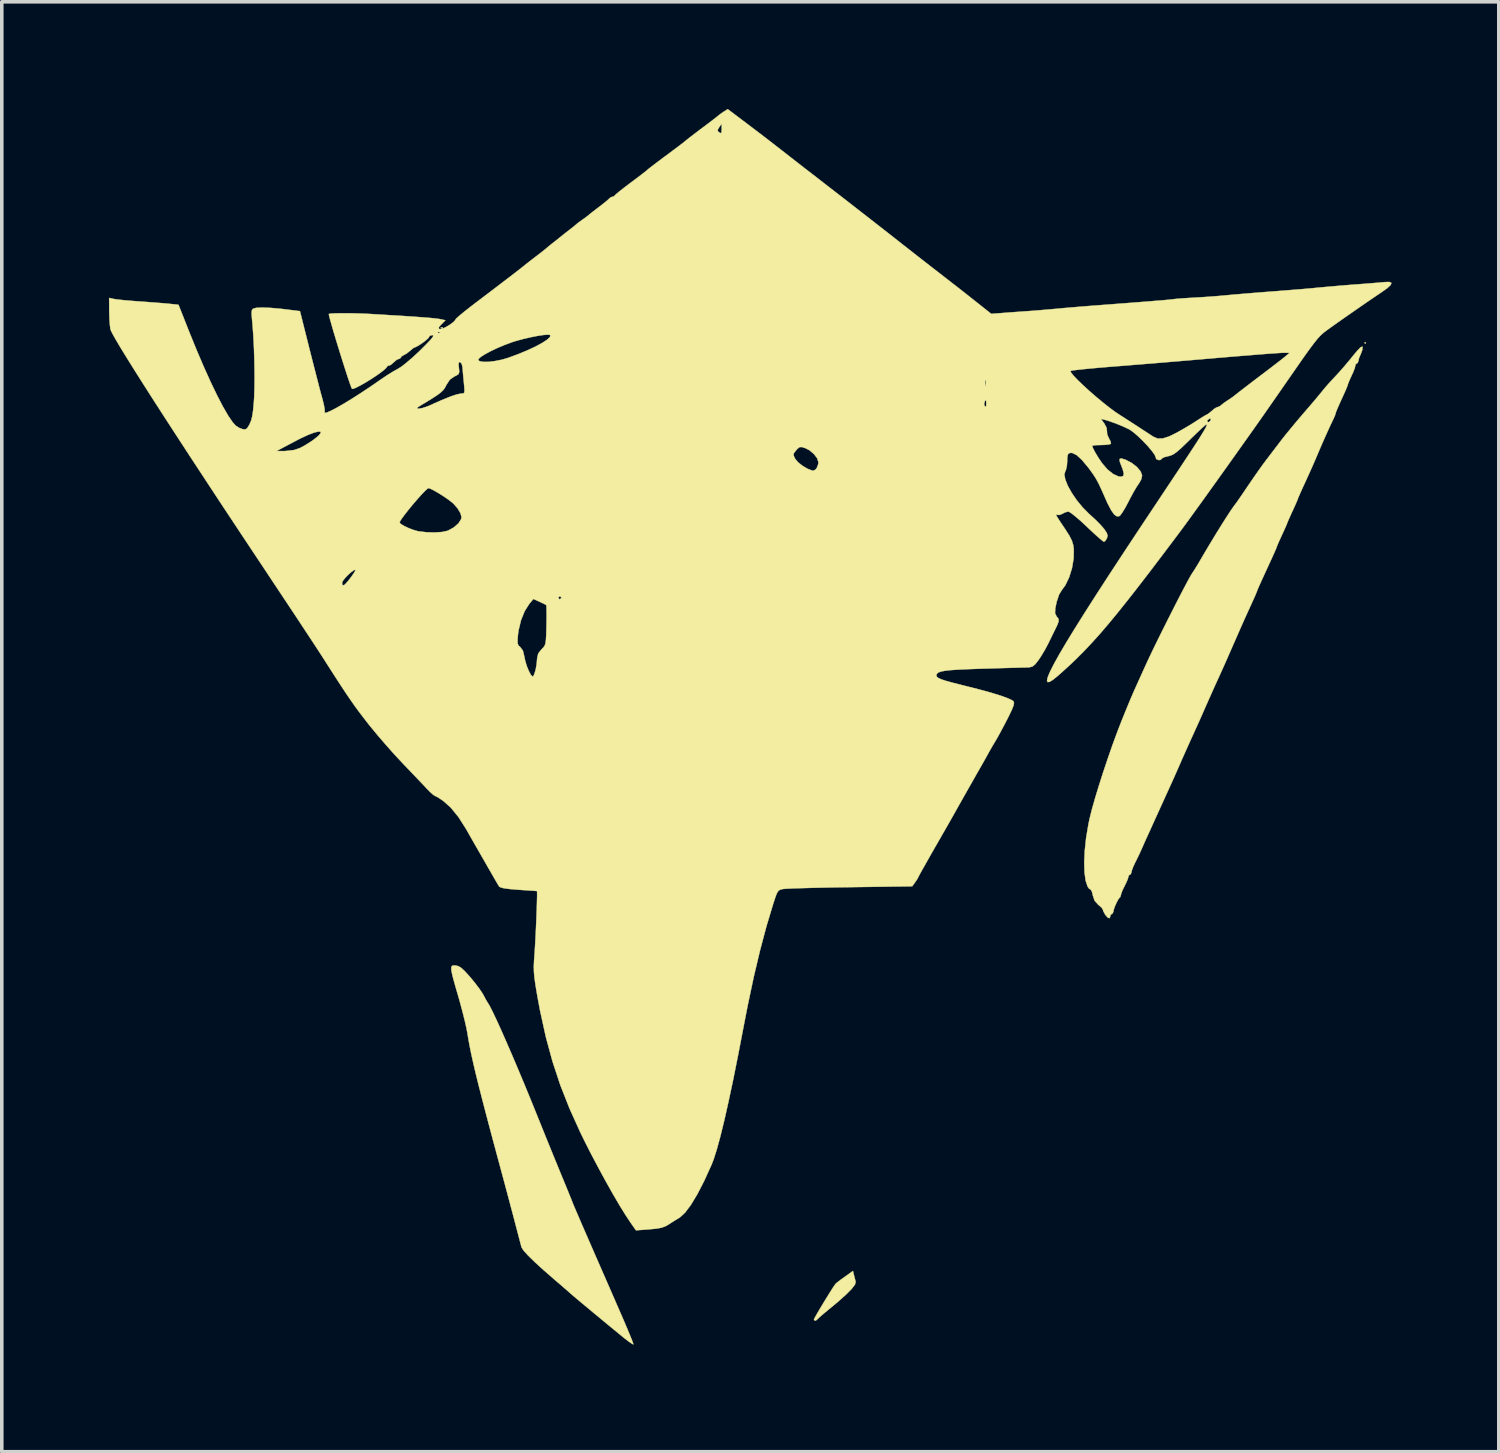
<source format=kicad_pcb>
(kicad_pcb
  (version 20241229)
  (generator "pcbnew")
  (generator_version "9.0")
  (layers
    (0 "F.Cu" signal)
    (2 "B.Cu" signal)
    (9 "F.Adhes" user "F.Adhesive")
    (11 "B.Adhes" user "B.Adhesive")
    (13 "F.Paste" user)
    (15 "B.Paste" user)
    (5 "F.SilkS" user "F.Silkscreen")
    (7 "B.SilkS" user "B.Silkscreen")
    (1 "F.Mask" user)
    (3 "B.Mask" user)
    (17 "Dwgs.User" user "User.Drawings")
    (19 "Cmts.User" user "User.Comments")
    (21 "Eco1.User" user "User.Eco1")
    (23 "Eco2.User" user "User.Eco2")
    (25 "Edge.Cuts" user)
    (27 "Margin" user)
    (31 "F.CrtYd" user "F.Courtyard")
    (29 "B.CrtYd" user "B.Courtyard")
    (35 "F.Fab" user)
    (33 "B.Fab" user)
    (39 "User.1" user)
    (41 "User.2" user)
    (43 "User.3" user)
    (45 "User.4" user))
  (footprint "F.Silk_g839"
    (layer "F.Cu")
    (at 17.446 18.592)
    (property "Reference" "F.Silk_g839" (at 0 0 0) (layer "F.SilkS") (effects (font (size 1.524 1.524) (thickness 0.3))))
    (attr through_hole)
    (fp_poly (pts (xy 17.738 -12.044) (xy 17.716 -12.023) (xy 17.695 -12.044) (xy 17.716 -12.065) (xy 17.738 -12.044)) (stroke (width 0.01) (type solid)) (fill yes) (layer "F.SilkS"))
    (fp_poly (pts (xy -8.1 -12.474) (xy -8.106 -12.449) (xy -8.128 -12.446) (xy -8.163 -12.461) (xy -8.156 -12.474) (xy -8.106 -12.479) (xy -8.1 -12.474)) (stroke (width 0.01) (type solid)) (fill yes) (layer "F.SilkS"))
    (fp_poly (pts (xy 3.406 14.047) (xy 3.435 14.161) (xy 3.455 14.235) (xy 3.436 14.313) (xy 3.344 14.434) (xy 3.18 14.599) (xy 2.945 14.808) (xy 2.731 14.985) (xy 2.588 15.103) (xy 2.472 15.202) (xy 2.397 15.27) (xy 2.378 15.292) (xy 2.337 15.323) (xy 2.293 15.313) (xy 2.286 15.295) (xy 2.307 15.248) (xy 2.363 15.147) (xy 2.445 15.007) (xy 2.542 14.845) (xy 2.644 14.678) (xy 2.741 14.522) (xy 2.823 14.393) (xy 2.881 14.309) (xy 2.898 14.287) (xy 2.954 14.241) (xy 3.056 14.164) (xy 3.161 14.089) (xy 3.379 13.933) (xy 3.406 14.047)) (stroke (width 0.01) (type solid)) (fill yes) (layer "F.SilkS"))
    (fp_poly (pts (xy -7.738 5.384) (xy -7.662 5.403) (xy -7.581 5.453) (xy -7.482 5.546) (xy -7.349 5.693) (xy -7.325 5.72) (xy -7.196 5.878) (xy -7.079 6.033) (xy -6.993 6.16) (xy -6.966 6.207) (xy -6.905 6.322) (xy -6.854 6.41) (xy -6.843 6.426) (xy -6.787 6.519) (xy -6.704 6.683) (xy -6.596 6.91) (xy -6.467 7.194) (xy -6.321 7.525) (xy -6.16 7.897) (xy -5.988 8.302) (xy -5.808 8.732) (xy -5.624 9.18) (xy -5.464 9.575) (xy -5.336 9.893) (xy -5.199 10.232) (xy -5.061 10.571) (xy -4.933 10.884) (xy -4.825 11.147) (xy -4.805 11.197) (xy -4.708 11.431) (xy -4.619 11.648) (xy -4.544 11.832) (xy -4.49 11.966) (xy -4.468 12.023) (xy -4.452 12.063) (xy -4.428 12.12) (xy -4.394 12.201) (xy -4.347 12.31) (xy -4.286 12.452) (xy -4.208 12.633) (xy -4.11 12.858) (xy -3.991 13.132) (xy -3.848 13.46) (xy -3.679 13.847) (xy -3.481 14.299) (xy -3.253 14.822) (xy -3.137 15.088) (xy -3.027 15.341) (xy -2.931 15.568) (xy -2.853 15.756) (xy -2.797 15.896) (xy -2.769 15.975) (xy -2.766 15.989) (xy -2.805 15.972) (xy -2.891 15.913) (xy -3.008 15.824) (xy -3.032 15.805) (xy -3.14 15.717) (xy -3.288 15.595) (xy -3.464 15.451) (xy -3.656 15.292) (xy -3.854 15.128) (xy -4.045 14.969) (xy -4.219 14.824) (xy -4.365 14.702) (xy -4.471 14.612) (xy -4.525 14.565) (xy -4.53 14.561) (xy -4.568 14.527) (xy -4.658 14.448) (xy -4.787 14.336) (xy -4.943 14.203) (xy -4.974 14.176) (xy -5.277 13.912) (xy -5.523 13.688) (xy -5.71 13.505) (xy -5.835 13.368) (xy -5.895 13.278) (xy -5.898 13.269) (xy -5.917 13.2) (xy -5.952 13.066) (xy -6 12.884) (xy -6.056 12.672) (xy -6.076 12.594) (xy -6.128 12.394) (xy -6.199 12.129) (xy -6.281 11.818) (xy -6.372 11.478) (xy -6.467 11.126) (xy -6.56 10.78) (xy -6.562 10.774) (xy -6.726 10.164) (xy -6.868 9.628) (xy -6.99 9.161) (xy -7.094 8.754) (xy -7.181 8.403) (xy -7.252 8.099) (xy -7.31 7.836) (xy -7.356 7.607) (xy -7.392 7.407) (xy -7.408 7.303) (xy -7.438 7.145) (xy -7.487 6.928) (xy -7.55 6.676) (xy -7.621 6.411) (xy -7.666 6.252) (xy -7.75 5.963) (xy -7.811 5.745) (xy -7.849 5.588) (xy -7.865 5.483) (xy -7.861 5.42) (xy -7.836 5.389) (xy -7.792 5.381) (xy -7.738 5.384)) (stroke (width 0.01) (type solid)) (fill yes) (layer "F.SilkS"))
    (fp_poly (pts (xy 17.644 -11.93) (xy 17.635 -11.845) (xy 17.595 -11.736) (xy 17.592 -11.731) (xy 17.546 -11.624) (xy 17.526 -11.54) (xy 17.526 -11.538) (xy 17.504 -11.48) (xy 17.484 -11.472) (xy 17.446 -11.438) (xy 17.441 -11.409) (xy 17.424 -11.337) (xy 17.379 -11.22) (xy 17.335 -11.126) (xy 17.278 -11.001) (xy 17.24 -10.908) (xy 17.23 -10.874) (xy 17.213 -10.824) (xy 17.168 -10.716) (xy 17.102 -10.569) (xy 17.06 -10.477) (xy 16.987 -10.316) (xy 16.93 -10.184) (xy 16.896 -10.099) (xy 16.891 -10.079) (xy 16.874 -10.021) (xy 16.833 -9.927) (xy 16.831 -9.923) (xy 16.749 -9.751) (xy 16.648 -9.53) (xy 16.541 -9.291) (xy 16.443 -9.064) (xy 16.401 -8.965) (xy 16.327 -8.791) (xy 16.253 -8.621) (xy 16.169 -8.433) (xy 16.066 -8.206) (xy 15.975 -8.008) (xy 15.909 -7.862) (xy 15.859 -7.748) (xy 15.834 -7.686) (xy 15.833 -7.681) (xy 15.816 -7.637) (xy 15.772 -7.535) (xy 15.709 -7.395) (xy 15.684 -7.342) (xy 15.617 -7.194) (xy 15.565 -7.078) (xy 15.538 -7.013) (xy 15.536 -7.006) (xy 15.52 -6.964) (xy 15.476 -6.863) (xy 15.413 -6.724) (xy 15.388 -6.67) (xy 15.32 -6.522) (xy 15.269 -6.405) (xy 15.242 -6.339) (xy 15.24 -6.332) (xy 15.224 -6.288) (xy 15.18 -6.186) (xy 15.116 -6.045) (xy 15.088 -5.983) (xy 14.997 -5.785) (xy 14.901 -5.576) (xy 14.819 -5.397) (xy 14.813 -5.384) (xy 14.752 -5.249) (xy 14.708 -5.147) (xy 14.69 -5.1) (xy 14.69 -5.099) (xy 14.673 -5.055) (xy 14.631 -4.955) (xy 14.57 -4.821) (xy 14.568 -4.816) (xy 14.455 -4.567) (xy 14.363 -4.366) (xy 14.282 -4.184) (xy 14.198 -3.994) (xy 14.099 -3.768) (xy 14.043 -3.641) (xy 13.948 -3.424) (xy 13.856 -3.214) (xy 13.777 -3.035) (xy 13.72 -2.908) (xy 13.716 -2.9) (xy 13.644 -2.74) (xy 13.559 -2.553) (xy 13.504 -2.434) (xy 13.428 -2.263) (xy 13.337 -2.059) (xy 13.251 -1.865) (xy 13.25 -1.863) (xy 13.165 -1.669) (xy 13.074 -1.464) (xy 12.997 -1.293) (xy 12.996 -1.291) (xy 12.885 -1.047) (xy 12.799 -0.858) (xy 12.729 -0.702) (xy 12.665 -0.558) (xy 12.596 -0.403) (xy 12.531 -0.254) (xy 12.447 -0.063) (xy 12.375 0.099) (xy 12.305 0.255) (xy 12.226 0.429) (xy 12.128 0.644) (xy 12.065 0.783) (xy 11.985 0.959) (xy 11.901 1.143) (xy 11.853 1.249) (xy 11.783 1.403) (xy 11.699 1.59) (xy 11.632 1.736) (xy 11.558 1.899) (xy 11.489 2.055) (xy 11.443 2.159) (xy 11.383 2.289) (xy 11.308 2.442) (xy 11.277 2.503) (xy 11.219 2.629) (xy 11.182 2.732) (xy 11.176 2.768) (xy 11.155 2.827) (xy 11.134 2.836) (xy 11.095 2.87) (xy 11.091 2.894) (xy 11.072 2.961) (xy 11.024 3.073) (xy 10.986 3.15) (xy 10.925 3.273) (xy 10.887 3.371) (xy 10.88 3.407) (xy 10.86 3.469) (xy 10.848 3.478) (xy 10.809 3.526) (xy 10.757 3.622) (xy 10.707 3.736) (xy 10.674 3.836) (xy 10.668 3.875) (xy 10.645 3.93) (xy 10.626 3.937) (xy 10.588 3.971) (xy 10.583 4) (xy 10.564 4.058) (xy 10.514 4.046) (xy 10.445 3.967) (xy 10.44 3.96) (xy 10.39 3.871) (xy 10.372 3.814) (xy 10.34 3.765) (xy 10.263 3.696) (xy 10.248 3.686) (xy 10.143 3.57) (xy 10.096 3.429) (xy 10.07 3.323) (xy 10.04 3.264) (xy 10.031 3.26) (xy 9.984 3.227) (xy 9.947 3.173) (xy 9.892 3.008) (xy 9.86 2.775) (xy 9.852 2.488) (xy 9.868 2.161) (xy 9.906 1.806) (xy 9.968 1.437) (xy 10.003 1.27) (xy 10.065 1.02) (xy 10.153 0.71) (xy 10.261 0.355) (xy 10.383 -0.027) (xy 10.514 -0.417) (xy 10.647 -0.8) (xy 10.779 -1.157) (xy 10.888 -1.439) (xy 10.977 -1.66) (xy 11.05 -1.838) (xy 11.113 -1.991) (xy 11.173 -2.133) (xy 11.237 -2.281) (xy 11.313 -2.45) (xy 11.406 -2.656) (xy 11.523 -2.914) (xy 11.603 -3.09) (xy 11.688 -3.272) (xy 11.796 -3.498) (xy 11.922 -3.755) (xy 12.06 -4.033) (xy 12.204 -4.32) (xy 12.347 -4.603) (xy 12.484 -4.872) (xy 12.61 -5.115) (xy 12.718 -5.319) (xy 12.802 -5.475) (xy 12.856 -5.568) (xy 12.865 -5.582) (xy 12.934 -5.686) (xy 13.023 -5.83) (xy 13.096 -5.954) (xy 13.24 -6.2) (xy 13.393 -6.456) (xy 13.548 -6.711) (xy 13.697 -6.952) (xy 13.834 -7.167) (xy 13.949 -7.344) (xy 14.035 -7.468) (xy 14.075 -7.521) (xy 14.114 -7.573) (xy 14.189 -7.68) (xy 14.291 -7.829) (xy 14.41 -8.004) (xy 14.436 -8.042) (xy 14.574 -8.245) (xy 14.716 -8.449) (xy 14.845 -8.63) (xy 14.944 -8.763) (xy 15.064 -8.921) (xy 15.208 -9.109) (xy 15.347 -9.291) (xy 15.367 -9.318) (xy 15.485 -9.468) (xy 15.641 -9.658) (xy 15.813 -9.866) (xy 15.984 -10.066) (xy 16.002 -10.087) (xy 16.157 -10.267) (xy 16.303 -10.438) (xy 16.425 -10.584) (xy 16.509 -10.687) (xy 16.523 -10.705) (xy 16.614 -10.814) (xy 16.737 -10.954) (xy 16.866 -11.091) (xy 16.997 -11.233) (xy 17.152 -11.411) (xy 17.306 -11.595) (xy 17.36 -11.663) (xy 17.495 -11.825) (xy 17.585 -11.918) (xy 17.634 -11.943) (xy 17.644 -11.93)) (stroke (width 0.01) (type solid)) (fill yes) (layer "F.SilkS"))
    (fp_poly (pts (xy 0.392 -18.196) (xy 0.629 -18.016) (xy 0.896 -17.813) (xy 1.16 -17.609) (xy 1.389 -17.431) (xy 1.397 -17.425) (xy 1.59 -17.274) (xy 1.777 -17.128) (xy 1.94 -17.001) (xy 2.059 -16.909) (xy 2.079 -16.893) (xy 2.239 -16.771) (xy 2.442 -16.613) (xy 2.679 -16.429) (xy 2.94 -16.227) (xy 3.215 -16.014) (xy 3.492 -15.798) (xy 3.761 -15.589) (xy 4.012 -15.393) (xy 4.235 -15.219) (xy 4.419 -15.075) (xy 4.554 -14.969) (xy 4.614 -14.922) (xy 4.765 -14.803) (xy 4.968 -14.644) (xy 5.208 -14.456) (xy 5.47 -14.252) (xy 5.738 -14.044) (xy 5.998 -13.842) (xy 6.156 -13.719) (xy 6.293 -13.613) (xy 6.471 -13.474) (xy 6.666 -13.32) (xy 6.829 -13.191) (xy 7.25 -12.857) (xy 7.615 -12.885) (xy 7.837 -12.902) (xy 8.077 -12.919) (xy 8.286 -12.934) (xy 8.297 -12.934) (xy 8.484 -12.948) (xy 8.717 -12.968) (xy 8.957 -12.989) (xy 9.059 -12.998) (xy 9.284 -13.019) (xy 9.557 -13.042) (xy 9.842 -13.066) (xy 10.075 -13.084) (xy 10.574 -13.122) (xy 10.996 -13.154) (xy 11.346 -13.181) (xy 11.631 -13.203) (xy 11.859 -13.222) (xy 12.035 -13.236) (xy 12.166 -13.248) (xy 12.259 -13.257) (xy 12.32 -13.264) (xy 12.34 -13.267) (xy 12.433 -13.277) (xy 12.588 -13.289) (xy 12.782 -13.302) (xy 12.954 -13.312) (xy 13.204 -13.327) (xy 13.475 -13.346) (xy 13.726 -13.367) (xy 13.843 -13.378) (xy 14.015 -13.394) (xy 14.249 -13.414) (xy 14.525 -13.437) (xy 14.822 -13.461) (xy 15.113 -13.483) (xy 15.41 -13.506) (xy 15.71 -13.53) (xy 15.991 -13.553) (xy 16.231 -13.574) (xy 16.404 -13.591) (xy 16.612 -13.61) (xy 16.873 -13.633) (xy 17.154 -13.657) (xy 17.422 -13.678) (xy 17.441 -13.679) (xy 17.68 -13.697) (xy 17.906 -13.715) (xy 18.098 -13.731) (xy 18.233 -13.743) (xy 18.256 -13.746) (xy 18.391 -13.75) (xy 18.45 -13.724) (xy 18.433 -13.669) (xy 18.34 -13.581) (xy 18.192 -13.475) (xy 17.929 -13.297) (xy 17.639 -13.098) (xy 17.344 -12.893) (xy 17.064 -12.698) (xy 16.822 -12.527) (xy 16.712 -12.448) (xy 16.638 -12.394) (xy 16.574 -12.346) (xy 16.515 -12.297) (xy 16.455 -12.24) (xy 16.39 -12.169) (xy 16.315 -12.077) (xy 16.224 -11.958) (xy 16.112 -11.806) (xy 15.975 -11.613) (xy 15.808 -11.373) (xy 15.604 -11.08) (xy 15.36 -10.728) (xy 15.222 -10.529) (xy 15.046 -10.276) (xy 14.838 -9.978) (xy 14.604 -9.646) (xy 14.352 -9.291) (xy 14.089 -8.921) (xy 13.823 -8.547) (xy 13.56 -8.179) (xy 13.308 -7.827) (xy 13.073 -7.5) (xy 12.863 -7.21) (xy 12.686 -6.966) (xy 12.547 -6.778) (xy 12.512 -6.731) (xy 12.087 -6.166) (xy 11.706 -5.664) (xy 11.364 -5.219) (xy 11.056 -4.826) (xy 10.777 -4.477) (xy 10.522 -4.169) (xy 10.286 -3.893) (xy 10.063 -3.646) (xy 9.85 -3.42) (xy 9.64 -3.209) (xy 9.43 -3.009) (xy 9.213 -2.812) (xy 9.113 -2.724) (xy 8.979 -2.616) (xy 8.884 -2.557) (xy 8.827 -2.549) (xy 8.81 -2.594) (xy 8.833 -2.692) (xy 8.897 -2.845) (xy 9.003 -3.054) (xy 9.151 -3.321) (xy 9.343 -3.647) (xy 9.579 -4.033) (xy 9.859 -4.48) (xy 10.185 -4.99) (xy 10.557 -5.564) (xy 10.976 -6.203) (xy 11.443 -6.909) (xy 11.874 -7.556) (xy 12.172 -8.004) (xy 12.427 -8.387) (xy 12.64 -8.709) (xy 12.817 -8.977) (xy 12.959 -9.195) (xy 13.071 -9.368) (xy 13.155 -9.503) (xy 13.215 -9.603) (xy 13.255 -9.674) (xy 13.276 -9.721) (xy 13.283 -9.749) (xy 13.279 -9.764) (xy 13.278 -9.765) (xy 13.244 -9.744) (xy 13.162 -9.673) (xy 13.044 -9.563) (xy 12.902 -9.426) (xy 12.886 -9.41) (xy 12.695 -9.223) (xy 12.552 -9.087) (xy 12.444 -8.994) (xy 12.36 -8.933) (xy 12.286 -8.897) (xy 12.213 -8.875) (xy 12.173 -8.866) (xy 12.075 -8.839) (xy 12.024 -8.806) (xy 12.023 -8.801) (xy 11.987 -8.77) (xy 11.938 -8.763) (xy 11.867 -8.793) (xy 11.853 -8.841) (xy 11.824 -8.913) (xy 11.744 -9.023) (xy 11.63 -9.158) (xy 11.495 -9.3) (xy 11.355 -9.435) (xy 11.224 -9.548) (xy 11.117 -9.622) (xy 11.113 -9.624) (xy 10.94 -9.706) (xy 10.734 -9.79) (xy 10.535 -9.86) (xy 10.419 -9.894) (xy 10.318 -9.918) (xy 10.414 -9.788) (xy 10.476 -9.673) (xy 10.489 -9.577) (xy 10.488 -9.574) (xy 10.495 -9.482) (xy 10.542 -9.375) (xy 10.544 -9.373) (xy 10.591 -9.283) (xy 10.601 -9.224) (xy 10.6 -9.221) (xy 10.549 -9.202) (xy 10.44 -9.19) (xy 10.327 -9.186) (xy 10.194 -9.183) (xy 10.102 -9.174) (xy 10.075 -9.163) (xy 10.098 -9.096) (xy 10.157 -8.982) (xy 10.241 -8.842) (xy 10.337 -8.699) (xy 10.358 -8.67) (xy 10.504 -8.501) (xy 10.661 -8.376) (xy 10.809 -8.307) (xy 10.874 -8.297) (xy 10.942 -8.317) (xy 10.961 -8.384) (xy 10.929 -8.506) (xy 10.901 -8.579) (xy 10.848 -8.719) (xy 10.841 -8.793) (xy 10.884 -8.811) (xy 10.983 -8.783) (xy 11.013 -8.772) (xy 11.182 -8.684) (xy 11.327 -8.571) (xy 11.43 -8.448) (xy 11.472 -8.335) (xy 11.472 -8.327) (xy 11.446 -8.22) (xy 11.382 -8.107) (xy 11.376 -8.099) (xy 11.315 -8.009) (xy 11.231 -7.866) (xy 11.139 -7.695) (xy 11.095 -7.608) (xy 11.008 -7.444) (xy 10.926 -7.308) (xy 10.862 -7.219) (xy 10.837 -7.196) (xy 10.767 -7.188) (xy 10.691 -7.241) (xy 10.606 -7.361) (xy 10.506 -7.553) (xy 10.438 -7.705) (xy 10.337 -7.933) (xy 10.256 -8.105) (xy 10.182 -8.243) (xy 10.102 -8.368) (xy 10.005 -8.502) (xy 9.962 -8.559) (xy 9.787 -8.769) (xy 9.641 -8.903) (xy 9.52 -8.963) (xy 9.464 -8.966) (xy 9.412 -8.947) (xy 9.385 -8.894) (xy 9.376 -8.785) (xy 9.376 -8.737) (xy 9.366 -8.599) (xy 9.341 -8.492) (xy 9.324 -8.458) (xy 9.296 -8.362) (xy 9.322 -8.22) (xy 9.393 -8.044) (xy 9.502 -7.847) (xy 9.642 -7.642) (xy 9.806 -7.442) (xy 9.987 -7.259) (xy 10.028 -7.222) (xy 10.171 -7.091) (xy 10.305 -6.956) (xy 10.403 -6.844) (xy 10.412 -6.833) (xy 10.484 -6.724) (xy 10.506 -6.647) (xy 10.487 -6.575) (xy 10.44 -6.501) (xy 10.404 -6.477) (xy 10.362 -6.505) (xy 10.27 -6.582) (xy 10.142 -6.696) (xy 9.989 -6.839) (xy 9.925 -6.9) (xy 9.762 -7.052) (xy 9.615 -7.179) (xy 9.498 -7.272) (xy 9.422 -7.32) (xy 9.407 -7.324) (xy 9.311 -7.299) (xy 9.249 -7.265) (xy 9.162 -7.228) (xy 9.107 -7.23) (xy 9.078 -7.239) (xy 9.067 -7.232) (xy 9.08 -7.198) (xy 9.123 -7.127) (xy 9.201 -7.007) (xy 9.321 -6.829) (xy 9.329 -6.816) (xy 9.44 -6.641) (xy 9.508 -6.505) (xy 9.545 -6.382) (xy 9.56 -6.272) (xy 9.556 -6.013) (xy 9.51 -5.74) (xy 9.429 -5.479) (xy 9.321 -5.256) (xy 9.229 -5.132) (xy 9.149 -5.001) (xy 9.081 -4.799) (xy 9.041 -4.608) (xy 9.036 -4.473) (xy 9.079 -4.389) (xy 9.129 -4.326) (xy 9.138 -4.259) (xy 9.105 -4.162) (xy 9.064 -4.076) (xy 9.003 -3.953) (xy 8.924 -3.791) (xy 8.851 -3.641) (xy 8.758 -3.464) (xy 8.651 -3.284) (xy 8.571 -3.164) (xy 8.479 -3.048) (xy 8.405 -2.987) (xy 8.322 -2.964) (xy 8.265 -2.961) (xy 8.18 -2.959) (xy 8.024 -2.955) (xy 7.81 -2.949) (xy 7.551 -2.942) (xy 7.261 -2.933) (xy 7.006 -2.926) (xy 6.636 -2.913) (xy 6.342 -2.9) (xy 6.115 -2.885) (xy 5.949 -2.866) (xy 5.834 -2.843) (xy 5.762 -2.814) (xy 5.725 -2.778) (xy 5.715 -2.734) (xy 5.727 -2.699) (xy 5.768 -2.665) (xy 5.848 -2.628) (xy 5.978 -2.585) (xy 6.166 -2.533) (xy 6.424 -2.467) (xy 6.562 -2.433) (xy 6.938 -2.337) (xy 7.261 -2.248) (xy 7.522 -2.167) (xy 7.717 -2.096) (xy 7.839 -2.038) (xy 7.874 -2.011) (xy 7.887 -1.968) (xy 7.873 -1.893) (xy 7.826 -1.774) (xy 7.742 -1.599) (xy 7.7 -1.516) (xy 7.6 -1.323) (xy 7.502 -1.14) (xy 7.42 -0.991) (xy 7.375 -0.914) (xy 7.285 -0.764) (xy 7.194 -0.605) (xy 7.178 -0.575) (xy 7.093 -0.421) (xy 7.003 -0.261) (xy 6.987 -0.233) (xy 6.913 -0.104) (xy 6.811 0.074) (xy 6.693 0.284) (xy 6.567 0.505) (xy 6.447 0.718) (xy 6.342 0.904) (xy 6.264 1.043) (xy 6.244 1.079) (xy 6.195 1.166) (xy 6.112 1.312) (xy 6.002 1.505) (xy 5.872 1.732) (xy 5.732 1.977) (xy 5.678 2.07) (xy 5.542 2.308) (xy 5.422 2.521) (xy 5.322 2.697) (xy 5.25 2.827) (xy 5.212 2.899) (xy 5.207 2.911) (xy 5.185 2.954) (xy 5.131 3.036) (xy 5.123 3.048) (xy 5.038 3.166) (xy 3.313 3.19) (xy 2.932 3.195) (xy 2.573 3.202) (xy 2.245 3.209) (xy 1.959 3.217) (xy 1.723 3.224) (xy 1.549 3.232) (xy 1.446 3.239) (xy 1.429 3.241) (xy 1.356 3.256) (xy 1.304 3.283) (xy 1.262 3.336) (xy 1.221 3.432) (xy 1.169 3.588) (xy 1.146 3.659) (xy 0.958 4.283) (xy 0.778 4.96) (xy 0.603 5.697) (xy 0.432 6.505) (xy 0.318 7.091) (xy 0.168 7.87) (xy 0.029 8.566) (xy -0.101 9.178) (xy -0.22 9.707) (xy -0.329 10.153) (xy -0.428 10.517) (xy -0.517 10.799) (xy -0.581 10.964) (xy -0.786 11.414) (xy -0.979 11.788) (xy -1.157 12.083) (xy -1.319 12.299) (xy -1.466 12.435) (xy -1.499 12.455) (xy -1.594 12.512) (xy -1.719 12.591) (xy -1.768 12.624) (xy -1.873 12.684) (xy -1.986 12.724) (xy -2.134 12.75) (xy -2.317 12.767) (xy -2.694 12.796) (xy -2.84 12.589) (xy -2.982 12.375) (xy -3.153 12.099) (xy -3.343 11.774) (xy -3.545 11.415) (xy -3.751 11.036) (xy -3.954 10.652) (xy -4.144 10.276) (xy -4.257 10.045) (xy -4.556 9.383) (xy -4.812 8.733) (xy -5.029 8.076) (xy -5.216 7.39) (xy -5.378 6.653) (xy -5.458 6.223) (xy -5.504 5.949) (xy -5.535 5.736) (xy -5.551 5.562) (xy -5.554 5.406) (xy -5.547 5.244) (xy -5.543 5.186) (xy -5.53 5.01) (xy -5.517 4.795) (xy -5.504 4.553) (xy -5.492 4.298) (xy -5.481 4.046) (xy -5.472 3.809) (xy -5.466 3.602) (xy -5.462 3.439) (xy -5.462 3.333) (xy -5.466 3.299) (xy -5.512 3.296) (xy -5.626 3.287) (xy -5.789 3.276) (xy -5.985 3.263) (xy -6.232 3.242) (xy -6.401 3.219) (xy -6.498 3.191) (xy -6.526 3.17) (xy -6.558 3.117) (xy -6.625 3.003) (xy -6.718 2.841) (xy -6.832 2.644) (xy -6.957 2.425) (xy -7.088 2.197) (xy -7.217 1.973) (xy -7.335 1.765) (xy -7.436 1.587) (xy -7.449 1.564) (xy -7.661 1.231) (xy -7.878 0.964) (xy -8.086 0.779) (xy -8.198 0.702) (xy -8.286 0.65) (xy -8.319 0.638) (xy -8.367 0.607) (xy -8.453 0.531) (xy -8.549 0.434) (xy -8.642 0.334) (xy -8.78 0.189) (xy -8.947 0.014) (xy -9.129 -0.176) (xy -9.247 -0.3) (xy -9.463 -0.532) (xy -9.7 -0.799) (xy -9.936 -1.074) (xy -10.144 -1.326) (xy -10.198 -1.394) (xy -10.327 -1.561) (xy -10.445 -1.716) (xy -10.559 -1.871) (xy -10.675 -2.037) (xy -10.802 -2.222) (xy -10.946 -2.44) (xy -11.114 -2.699) (xy -11.315 -3.012) (xy -11.496 -3.295) (xy -11.564 -3.4) (xy -11.674 -3.568) (xy -11.769 -3.713) (xy -6.01 -3.713) (xy -6.004 -3.623) (xy -5.978 -3.568) (xy -5.935 -3.532) (xy -5.86 -3.431) (xy -5.821 -3.27) (xy -5.792 -3.133) (xy -5.747 -2.989) (xy -5.693 -2.857) (xy -5.639 -2.756) (xy -5.593 -2.706) (xy -5.574 -2.708) (xy -5.543 -2.768) (xy -5.509 -2.875) (xy -5.501 -2.905) (xy -5.475 -3.055) (xy -5.462 -3.2) (xy -5.462 -3.211) (xy -5.431 -3.35) (xy -5.337 -3.469) (xy -5.287 -3.518) (xy -5.252 -3.567) (xy -5.229 -3.631) (xy -5.215 -3.727) (xy -5.207 -3.871) (xy -5.201 -4.079) (xy -5.2 -4.139) (xy -5.197 -4.346) (xy -5.197 -4.52) (xy -5.2 -4.645) (xy -5.206 -4.705) (xy -5.208 -4.708) (xy -5.256 -4.733) (xy -5.352 -4.779) (xy -5.397 -4.8) (xy -5.566 -4.877) (xy -5.683 -4.736) (xy -5.81 -4.536) (xy -5.913 -4.28) (xy -5.981 -3.996) (xy -5.999 -3.864) (xy -6.01 -3.713) (xy -11.769 -3.713) (xy -11.821 -3.792) (xy -12.001 -4.065) (xy -12.208 -4.379) (xy -12.439 -4.727) (xy -12.561 -4.911) (xy -4.868 -4.911) (xy -4.836 -4.87) (xy -4.826 -4.868) (xy -4.785 -4.901) (xy -4.784 -4.911) (xy -4.816 -4.952) (xy -4.826 -4.953) (xy -4.867 -4.921) (xy -4.868 -4.911) (xy -12.561 -4.911) (xy -12.688 -5.102) (xy -12.839 -5.33) (xy -10.922 -5.33) (xy -10.908 -5.259) (xy -10.864 -5.265) (xy -10.822 -5.302) (xy -10.748 -5.387) (xy -10.668 -5.49) (xy -10.598 -5.591) (xy -10.553 -5.666) (xy -10.546 -5.692) (xy -10.59 -5.683) (xy -10.667 -5.627) (xy -10.759 -5.544) (xy -10.845 -5.453) (xy -10.905 -5.373) (xy -10.922 -5.33) (xy -12.839 -5.33) (xy -12.95 -5.497) (xy -13.22 -5.904) (xy -13.273 -5.983) (xy -13.769 -6.73) (xy -13.959 -7.018) (xy -9.312 -7.018) (xy -9.277 -6.976) (xy -9.184 -6.92) (xy -9.058 -6.86) (xy -8.921 -6.808) (xy -8.797 -6.773) (xy -8.784 -6.771) (xy -8.56 -6.744) (xy -8.331 -6.738) (xy -8.126 -6.751) (xy -7.972 -6.784) (xy -7.953 -6.791) (xy -7.792 -6.88) (xy -7.665 -6.992) (xy -7.59 -7.108) (xy -7.578 -7.168) (xy -7.608 -7.279) (xy -7.689 -7.414) (xy -7.801 -7.542) (xy -7.831 -7.569) (xy -7.94 -7.654) (xy -8.076 -7.748) (xy -8.22 -7.838) (xy -8.353 -7.915) (xy -8.456 -7.966) (xy -8.51 -7.979) (xy -8.511 -7.979) (xy -8.58 -7.92) (xy -8.683 -7.815) (xy -8.806 -7.678) (xy -8.939 -7.523) (xy -9.068 -7.366) (xy -9.181 -7.221) (xy -9.266 -7.104) (xy -9.309 -7.03) (xy -9.312 -7.018) (xy -13.959 -7.018) (xy -14.241 -7.443) (xy -14.687 -8.121) (xy -15.106 -8.76) (xy -15.197 -8.899) (xy 1.715 -8.899) (xy 1.751 -8.819) (xy 1.767 -8.791) (xy 1.847 -8.698) (xy 1.971 -8.601) (xy 2.11 -8.52) (xy 2.232 -8.472) (xy 2.272 -8.467) (xy 2.333 -8.5) (xy 2.369 -8.549) (xy 2.406 -8.649) (xy 2.413 -8.703) (xy 2.378 -8.813) (xy 2.288 -8.932) (xy 2.165 -9.037) (xy 2.051 -9.097) (xy 1.944 -9.13) (xy 1.879 -9.125) (xy 1.818 -9.072) (xy 1.79 -9.04) (xy 1.726 -8.959) (xy 1.715 -8.899) (xy -15.197 -8.899) (xy -15.274 -9.017) (xy -12.755 -9.017) (xy -12.515 -9.017) (xy -12.262 -9.046) (xy -12.096 -9.103) (xy -11.956 -9.179) (xy -11.796 -9.28) (xy -11.716 -9.336) (xy -11.582 -9.444) (xy -11.52 -9.518) (xy -11.523 -9.557) (xy -11.586 -9.562) (xy -11.702 -9.534) (xy -11.866 -9.472) (xy -12.072 -9.377) (xy -12.192 -9.315) (xy -12.319 -9.248) (xy -12.474 -9.166) (xy -12.548 -9.127) (xy -12.755 -9.017) (xy -15.274 -9.017) (xy -15.496 -9.357) (xy -15.855 -9.91) (xy -16.181 -10.415) (xy -16.472 -10.871) (xy -16.728 -11.275) (xy -16.945 -11.623) (xy -17.123 -11.913) (xy -17.259 -12.142) (xy -17.351 -12.307) (xy -17.399 -12.406) (xy -17.405 -12.425) (xy -17.421 -12.549) (xy -17.433 -12.724) (xy -17.439 -12.915) (xy -17.439 -12.949) (xy -17.441 -13.303) (xy -17.304 -13.273) (xy -17.209 -13.259) (xy -17.052 -13.242) (xy -16.852 -13.224) (xy -16.632 -13.207) (xy -16.616 -13.206) (xy -16.377 -13.189) (xy -16.138 -13.171) (xy -15.929 -13.154) (xy -15.783 -13.141) (xy -15.5 -13.112) (xy -15.2 -12.354) (xy -14.993 -11.845) (xy -14.792 -11.375) (xy -14.6 -10.95) (xy -14.42 -10.576) (xy -14.255 -10.259) (xy -14.108 -10.005) (xy -13.982 -9.821) (xy -13.898 -9.728) (xy -13.797 -9.664) (xy -13.708 -9.63) (xy -13.634 -9.621) (xy -13.58 -9.652) (xy -13.525 -9.74) (xy -13.506 -9.776) (xy -13.465 -9.875) (xy -13.434 -9.999) (xy -13.41 -10.165) (xy -13.39 -10.391) (xy -13.382 -10.511) (xy -13.372 -10.791) (xy -13.37 -11.13) (xy -13.375 -11.502) (xy -13.387 -11.883) (xy -13.405 -12.247) (xy -13.429 -12.568) (xy -13.443 -12.716) (xy -13.455 -12.87) (xy -13.445 -12.959) (xy -13.414 -13.001) (xy -13.323 -13.025) (xy -13.159 -13.033) (xy -12.933 -13.025) (xy -12.654 -13.001) (xy -12.495 -12.982) (xy -12.1 -12.933) (xy -11.834 -11.874) (xy -11.756 -11.566) (xy -11.679 -11.266) (xy -11.608 -10.99) (xy -11.547 -10.753) (xy -11.499 -10.572) (xy -11.475 -10.488) (xy -11.435 -10.329) (xy -11.411 -10.201) (xy -11.406 -10.126) (xy -11.409 -10.117) (xy -11.411 -10.084) (xy -11.35 -10.094) (xy -11.236 -10.143) (xy -11.097 -10.215) (xy -8.826 -10.215) (xy -8.795 -10.205) (xy -8.763 -10.204) (xy -8.668 -10.221) (xy -8.531 -10.267) (xy -8.424 -10.312) (xy -8.376 -10.334) (xy 7.051 -10.334) (xy 7.057 -10.301) (xy 7.088 -10.248) (xy 7.107 -10.277) (xy 7.111 -10.361) (xy 7.104 -10.434) (xy 7.081 -10.429) (xy 7.073 -10.418) (xy 7.051 -10.334) (xy -8.376 -10.334) (xy -8.135 -10.442) (xy -7.894 -10.54) (xy -7.71 -10.602) (xy -7.592 -10.626) (xy -7.585 -10.626) (xy -7.532 -10.629) (xy -7.503 -10.65) (xy -7.494 -10.707) (xy -7.501 -10.819) (xy -7.511 -10.922) (xy 7.079 -10.922) (xy 7.084 -10.845) (xy 7.095 -10.836) (xy 7.099 -10.848) (xy 7.105 -10.955) (xy 7.099 -10.996) (xy 7.087 -11.009) (xy 7.08 -10.951) (xy 7.079 -10.922) (xy -7.511 -10.922) (xy -7.512 -10.933) (xy -7.529 -11.104) (xy -7.542 -11.259) (xy -7.542 -11.261) (xy 9.47 -11.261) (xy 9.481 -11.218) (xy 9.548 -11.132) (xy 9.661 -11.013) (xy 9.81 -10.869) (xy 9.984 -10.71) (xy 10.173 -10.545) (xy 10.367 -10.383) (xy 10.555 -10.234) (xy 10.727 -10.107) (xy 10.872 -10.011) (xy 10.933 -9.973) (xy 11.046 -9.9) (xy 11.195 -9.804) (xy 11.361 -9.696) (xy 11.525 -9.589) (xy 11.671 -9.494) (xy 11.78 -9.423) (xy 11.79 -9.416) (xy 11.909 -9.367) (xy 12.052 -9.37) (xy 12.231 -9.427) (xy 12.442 -9.531) (xy 12.631 -9.638) (xy 12.83 -9.756) (xy 12.993 -9.859) (xy 13.293 -9.859) (xy 13.316 -9.822) (xy 13.362 -9.839) (xy 13.392 -9.883) (xy 13.39 -9.926) (xy 13.354 -9.92) (xy 13.299 -9.879) (xy 13.293 -9.859) (xy 12.993 -9.859) (xy 12.997 -9.861) (xy 13.01 -9.87) (xy 13.135 -9.951) (xy 13.23 -10.009) (xy 13.276 -10.033) (xy 13.276 -10.033) (xy 13.325 -10.06) (xy 13.426 -10.142) (xy 13.482 -10.192) (xy 13.553 -10.237) (xy 13.583 -10.245) (xy 13.647 -10.271) (xy 13.681 -10.298) (xy 13.755 -10.358) (xy 13.857 -10.429) (xy 13.863 -10.432) (xy 13.961 -10.497) (xy 14.029 -10.545) (xy 14.032 -10.548) (xy 14.202 -10.682) (xy 14.437 -10.863) (xy 14.731 -11.087) (xy 14.904 -11.218) (xy 15.087 -11.357) (xy 15.254 -11.486) (xy 15.39 -11.591) (xy 15.478 -11.662) (xy 15.49 -11.672) (xy 15.6 -11.766) (xy 15.452 -11.768) (xy 15.379 -11.766) (xy 15.251 -11.758) (xy 15.063 -11.745) (xy 14.812 -11.726) (xy 14.494 -11.7) (xy 14.106 -11.669) (xy 13.644 -11.63) (xy 13.105 -11.584) (xy 12.552 -11.537) (xy 12.304 -11.516) (xy 11.993 -11.49) (xy 11.641 -11.461) (xy 11.27 -11.431) (xy 10.902 -11.401) (xy 10.668 -11.383) (xy 10.362 -11.358) (xy 10.084 -11.333) (xy 9.845 -11.31) (xy 9.655 -11.289) (xy 9.527 -11.273) (xy 9.471 -11.261) (xy 9.47 -11.261) (xy -7.542 -11.261) (xy -7.55 -11.363) (xy -7.573 -11.458) (xy -7.616 -11.506) (xy -7.651 -11.502) (xy -7.661 -11.444) (xy -7.651 -11.347) (xy -7.641 -11.233) (xy -7.66 -11.17) (xy -7.727 -11.128) (xy -7.772 -11.108) (xy -7.902 -11.019) (xy -8.002 -10.867) (xy -8.002 -10.865) (xy -8.042 -10.789) (xy -8.09 -10.723) (xy -8.159 -10.656) (xy -8.261 -10.58) (xy -8.407 -10.485) (xy -8.61 -10.36) (xy -8.7 -10.307) (xy -8.797 -10.246) (xy -8.826 -10.215) (xy -11.097 -10.215) (xy -11.076 -10.226) (xy -10.878 -10.34) (xy -10.649 -10.479) (xy -10.399 -10.639) (xy -10.133 -10.815) (xy -9.861 -11.003) (xy -9.821 -11.031) (xy -9.659 -11.14) (xy -9.494 -11.242) (xy -9.361 -11.316) (xy -9.356 -11.319) (xy -9.254 -11.383) (xy -9.112 -11.495) (xy -9.021 -11.573) (xy -7.112 -11.573) (xy -7.074 -11.532) (xy -6.971 -11.513) (xy -6.821 -11.514) (xy -6.64 -11.536) (xy -6.445 -11.575) (xy -6.272 -11.626) (xy -5.995 -11.728) (xy -5.737 -11.835) (xy -5.509 -11.941) (xy -5.32 -12.043) (xy -5.182 -12.133) (xy -5.102 -12.207) (xy -5.092 -12.259) (xy -5.095 -12.264) (xy -5.155 -12.275) (xy -5.278 -12.266) (xy -5.447 -12.241) (xy -5.644 -12.202) (xy -5.85 -12.154) (xy -6.049 -12.1) (xy -6.155 -12.067) (xy -6.371 -11.987) (xy -6.584 -11.897) (xy -6.779 -11.804) (xy -6.941 -11.715) (xy -7.056 -11.639) (xy -7.11 -11.582) (xy -7.112 -11.573) (xy -9.021 -11.573) (xy -8.944 -11.639) (xy -8.769 -11.802) (xy -8.731 -11.839) (xy -8.561 -12.009) (xy -8.447 -12.129) (xy -8.384 -12.206) (xy -8.366 -12.248) (xy -8.386 -12.262) (xy -8.397 -12.262) (xy -8.469 -12.242) (xy -8.484 -12.213) (xy -8.509 -12.174) (xy -8.584 -12.109) (xy -8.684 -12.034) (xy -8.785 -11.968) (xy -8.864 -11.926) (xy -8.89 -11.92) (xy -8.932 -11.895) (xy -9.007 -11.833) (xy -9.017 -11.824) (xy -9.112 -11.748) (xy -9.195 -11.702) (xy -9.197 -11.702) (xy -9.26 -11.664) (xy -9.271 -11.639) (xy -9.305 -11.603) (xy -9.327 -11.599) (xy -9.393 -11.571) (xy -9.475 -11.501) (xy -9.481 -11.495) (xy -9.556 -11.43) (xy -9.608 -11.408) (xy -9.611 -11.41) (xy -9.652 -11.396) (xy -9.665 -11.373) (xy -9.712 -11.317) (xy -9.811 -11.236) (xy -9.947 -11.138) (xy -10.104 -11.034) (xy -10.266 -10.934) (xy -10.418 -10.848) (xy -10.542 -10.785) (xy -10.623 -10.756) (xy -10.644 -10.759) (xy -10.667 -10.812) (xy -10.71 -10.93) (xy -10.768 -11.102) (xy -10.836 -11.313) (xy -10.912 -11.55) (xy -10.99 -11.801) (xy -11.067 -12.051) (xy -11.139 -12.29) (xy -11.156 -12.347) (xy -8.241 -12.347) (xy -8.235 -12.322) (xy -8.213 -12.319) (xy -8.178 -12.334) (xy -8.184 -12.347) (xy -8.235 -12.352) (xy -8.241 -12.347) (xy -11.156 -12.347) (xy -11.201 -12.502) (xy -11.25 -12.675) (xy -11.282 -12.795) (xy -11.292 -12.851) (xy -11.292 -12.853) (xy -11.239 -12.864) (xy -11.118 -12.871) (xy -10.944 -12.874) (xy -10.733 -12.874) (xy -10.503 -12.869) (xy -10.267 -12.861) (xy -10.118 -12.853) (xy -9.64 -12.824) (xy -9.241 -12.8) (xy -8.914 -12.778) (xy -8.654 -12.759) (xy -8.453 -12.743) (xy -8.307 -12.728) (xy -8.209 -12.715) (xy -8.173 -12.709) (xy -8.028 -12.677) (xy -8.14 -12.565) (xy -8.208 -12.489) (xy -8.215 -12.447) (xy -8.186 -12.429) (xy -8.121 -12.438) (xy -8.019 -12.485) (xy -7.906 -12.552) (xy -7.808 -12.624) (xy -7.752 -12.684) (xy -7.747 -12.7) (xy -7.715 -12.737) (xy -7.626 -12.815) (xy -7.492 -12.925) (xy -7.323 -13.058) (xy -7.186 -13.163) (xy -6.806 -13.451) (xy -6.486 -13.695) (xy -6.226 -13.893) (xy -6.029 -14.045) (xy -5.897 -14.148) (xy -5.83 -14.202) (xy -5.827 -14.204) (xy -5.772 -14.249) (xy -5.669 -14.33) (xy -5.538 -14.43) (xy -5.503 -14.457) (xy -5.369 -14.56) (xy -5.258 -14.647) (xy -5.191 -14.702) (xy -5.183 -14.71) (xy -5.121 -14.762) (xy -5.025 -14.839) (xy -4.999 -14.859) (xy -4.899 -14.937) (xy -4.823 -14.998) (xy -4.812 -15.008) (xy -4.752 -15.056) (xy -4.651 -15.136) (xy -4.572 -15.197) (xy -4.464 -15.281) (xy -4.386 -15.345) (xy -4.36 -15.368) (xy -4.315 -15.405) (xy -4.227 -15.469) (xy -4.191 -15.494) (xy -4.094 -15.563) (xy -4.031 -15.612) (xy -4.022 -15.621) (xy -3.98 -15.656) (xy -3.888 -15.728) (xy -3.763 -15.823) (xy -3.725 -15.852) (xy -3.596 -15.952) (xy -3.495 -16.035) (xy -3.441 -16.086) (xy -3.436 -16.093) (xy -3.387 -16.126) (xy -3.365 -16.129) (xy -3.304 -16.152) (xy -3.295 -16.165) (xy -3.257 -16.203) (xy -3.165 -16.28) (xy -3.03 -16.386) (xy -2.867 -16.51) (xy -2.836 -16.533) (xy -2.669 -16.658) (xy -2.527 -16.766) (xy -2.424 -16.846) (xy -2.373 -16.889) (xy -2.371 -16.891) (xy -2.331 -16.925) (xy -2.235 -16.999) (xy -2.096 -17.105) (xy -1.927 -17.232) (xy -1.841 -17.295) (xy -1.662 -17.429) (xy -1.507 -17.545) (xy -1.39 -17.634) (xy -1.323 -17.687) (xy -1.312 -17.697) (xy -1.272 -17.73) (xy -1.178 -17.804) (xy -1.042 -17.908) (xy -0.914 -18.005) (xy -0.409 -18.005) (xy -0.397 -17.961) (xy -0.376 -17.945) (xy -0.323 -17.915) (xy -0.301 -17.929) (xy -0.296 -18.006) (xy -0.296 -18.043) (xy -0.296 -18.18) (xy -0.365 -18.081) (xy -0.409 -18.005) (xy -0.914 -18.005) (xy -0.878 -18.031) (xy -0.847 -18.055) (xy -0.68 -18.181) (xy -0.538 -18.289) (xy -0.435 -18.369) (xy -0.384 -18.411) (xy -0.381 -18.413) (xy -0.333 -18.451) (xy -0.248 -18.51) (xy -0.243 -18.512) (xy -0.127 -18.587) (xy 0.392 -18.196)) (stroke (width 0.01) (type solid)) (fill yes) (layer "F.SilkS")))
  (gr_rect
    (start -3 -3)
    (end 38.902 37.585)
    (stroke (width 0.1) (type default))
    (fill no)
    (layer "Edge.Cuts")))
</source>
